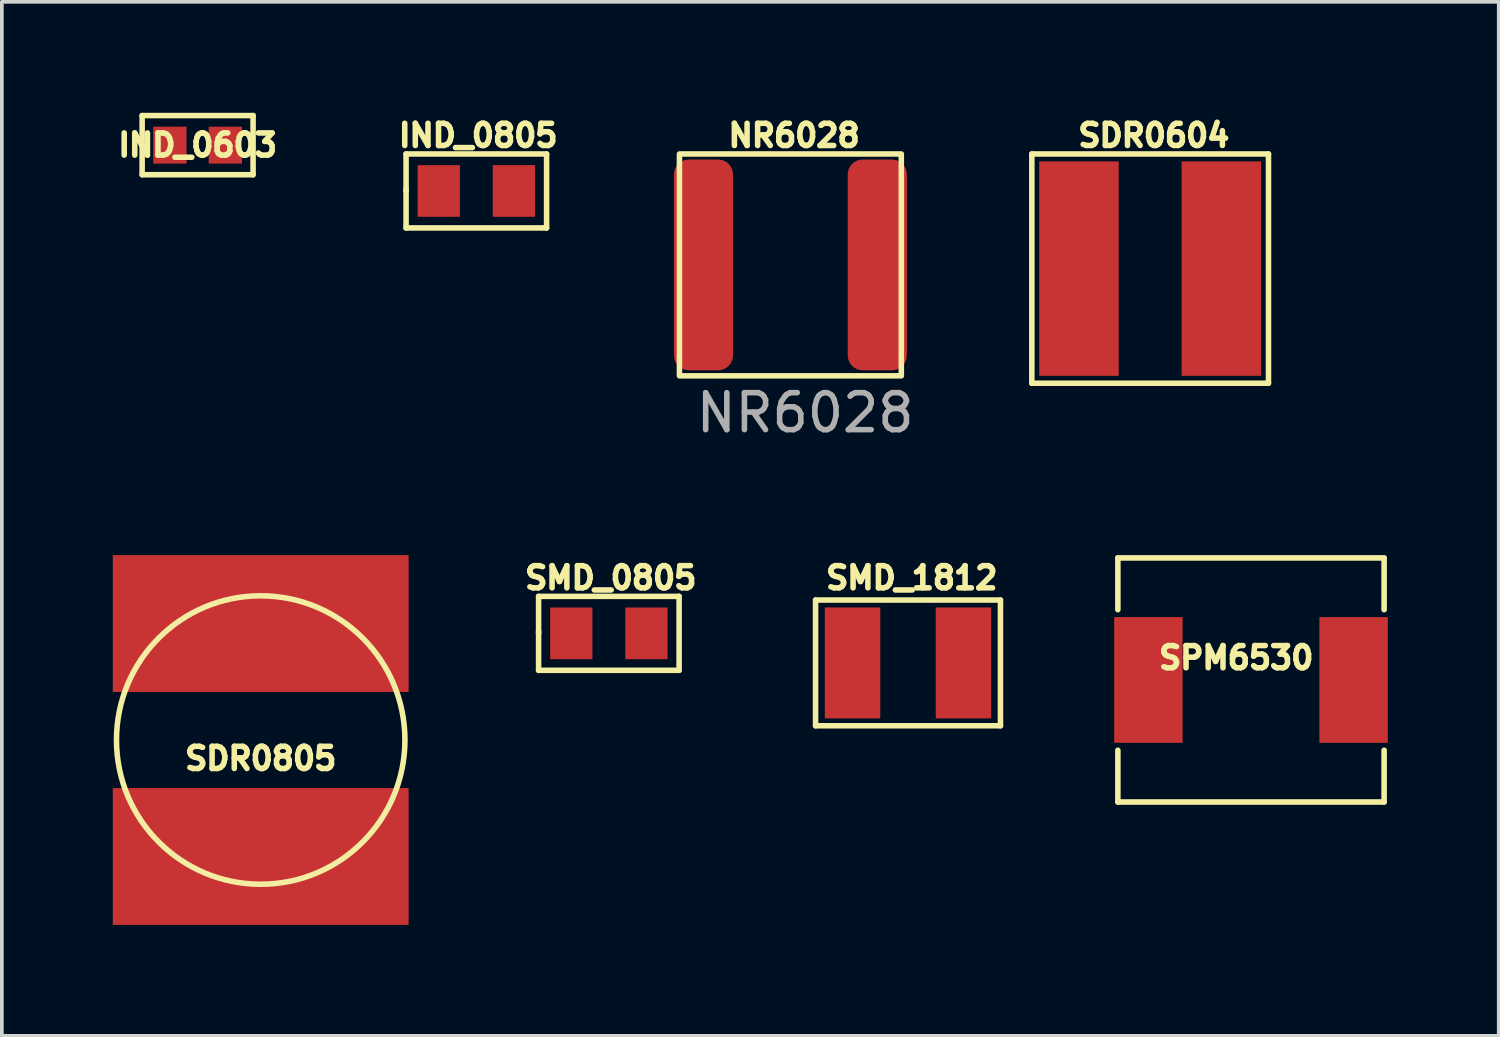
<source format=kicad_pcb>
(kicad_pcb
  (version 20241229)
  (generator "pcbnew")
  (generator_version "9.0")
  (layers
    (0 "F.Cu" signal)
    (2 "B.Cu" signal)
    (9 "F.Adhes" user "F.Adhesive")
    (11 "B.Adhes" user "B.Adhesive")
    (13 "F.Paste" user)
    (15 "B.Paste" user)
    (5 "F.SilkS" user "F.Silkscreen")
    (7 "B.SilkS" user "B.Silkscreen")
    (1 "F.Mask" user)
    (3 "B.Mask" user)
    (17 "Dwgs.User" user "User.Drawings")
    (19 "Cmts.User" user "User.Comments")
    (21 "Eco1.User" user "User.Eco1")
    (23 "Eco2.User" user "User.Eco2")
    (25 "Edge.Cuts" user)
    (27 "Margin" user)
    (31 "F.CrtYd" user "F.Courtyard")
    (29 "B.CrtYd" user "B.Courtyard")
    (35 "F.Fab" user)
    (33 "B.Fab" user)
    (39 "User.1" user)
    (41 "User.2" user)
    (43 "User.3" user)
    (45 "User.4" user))
  (footprint "IND_0603"
    (layer "F.Cu")
    (at 2.294 0.875)
    (property "Reference" "IND_0603" (at 0 0 0) (layer "F.SilkS") (effects (font (size 0.6 0.6) (thickness 0.15))))
    (attr smd)
    (fp_line (start -1.5 -0.8) (end 1.5 -0.8) (stroke (width 0.15) (type solid)) (layer "F.SilkS"))
    (fp_line (start -1.5 0) (end -1.5 -0.8) (stroke (width 0.15) (type solid)) (layer "F.SilkS"))
    (fp_line (start -1.5 0.8) (end -1.5 0) (stroke (width 0.15) (type solid)) (layer "F.SilkS"))
    (fp_line (start 1.5 -0.8) (end 1.5 0.8) (stroke (width 0.15) (type solid)) (layer "F.SilkS"))
    (fp_line (start 1.5 0.8) (end -1.5 0.8) (stroke (width 0.15) (type solid)) (layer "F.SilkS"))
    (pad "1" smd rect (at -0.75 0) (size 0.9 1) (layers "F.Cu" "F.Mask" "F.Paste"))
    (pad "2" smd rect (at 0.75 0) (size 0.9 1) (layers "F.Cu" "F.Mask" "F.Paste")))
  (footprint "IND_0805"
    (layer "F.Cu")
    (at 9.831 2.114)
    (property "Reference" "IND_0805" (at 0.05 -1.5 0) (layer "F.SilkS") (effects (font (size 0.6 0.6) (thickness 0.15))))
    (attr smd)
    (fp_line (start -1.9 -1) (end 1.9 -1) (stroke (width 0.15) (type solid)) (layer "F.SilkS"))
    (fp_line (start -1.9 0) (end -1.9 -1) (stroke (width 0.15) (type solid)) (layer "F.SilkS"))
    (fp_line (start -1.9 1) (end -1.9 -0.05) (stroke (width 0.15) (type solid)) (layer "F.SilkS"))
    (fp_line (start 1.9 -1) (end 1.9 1) (stroke (width 0.15) (type solid)) (layer "F.SilkS"))
    (fp_line (start 1.9 1) (end -1.9 1) (stroke (width 0.15) (type solid)) (layer "F.SilkS"))
    (pad "1" smd rect (at -1.016 0) (size 1.143 1.397) (layers "F.Cu" "F.Mask" "F.Paste"))
    (pad "2" smd rect (at 1.016 0) (size 1.143 1.397) (layers "F.Cu" "F.Mask" "F.Paste")))
  (footprint "NR6028"
    (layer "F.Cu")
    (at 18.324 4.114)
    (property "Reference" "NR6028" (at 0.1 -3.5 0) (unlocked yes) (layer "F.SilkS") (effects (font (size 0.6 0.6) (thickness 0.15))))
    (attr smd)
    (fp_rect (start -3 -3) (end 3 3) (stroke (width 0.15) (type default)) (fill no) (layer "F.SilkS"))
    (fp_text user "${REFERENCE}" (at 0.4 4 0) (unlocked yes) (layer "F.Fab") (effects (font (size 1 1) (thickness 0.15))))
    (pad "1" smd roundrect (at -2.35 0) (size 1.6 5.7) (layers "F.Cu" "F.Mask" "F.Paste") (roundrect_rratio 0.25))
    (pad "2" smd roundrect (at 2.35 0) (size 1.6 5.7) (layers "F.Cu" "F.Mask" "F.Paste") (roundrect_rratio 0.25)))
  (footprint "SMD_0805"
    (layer "F.Cu")
    (at 13.415 14.077)
    (property "Reference" "SMD_0805" (at 0.05 -1.5 0) (layer "F.SilkS") (effects (font (size 0.6 0.6) (thickness 0.15))))
    (attr smd)
    (fp_line (start -1.9 -1) (end 1.9 -1) (stroke (width 0.15) (type solid)) (layer "F.SilkS"))
    (fp_line (start -1.9 0) (end -1.9 -1) (stroke (width 0.15) (type solid)) (layer "F.SilkS"))
    (fp_line (start -1.9 1) (end -1.9 -0.05) (stroke (width 0.15) (type solid)) (layer "F.SilkS"))
    (fp_line (start 1.9 -1) (end 1.9 1) (stroke (width 0.15) (type solid)) (layer "F.SilkS"))
    (fp_line (start 1.9 1) (end -1.9 1) (stroke (width 0.15) (type solid)) (layer "F.SilkS"))
    (pad "1" smd rect (at -1.016 0) (size 1.143 1.397) (layers "F.Cu" "F.Mask" "F.Paste"))
    (pad "2" smd rect (at 1.016 0) (size 1.143 1.397) (layers "F.Cu" "F.Mask" "F.Paste")))
  (footprint "SPM6530"
    (layer "F.Cu")
    (at 30.78 15.338)
    (property "Reference" "SPM6530" (at -0.4 -0.6 180) (layer "F.SilkS") (effects (font (size 0.6 0.6) (thickness 0.15))))
    (attr through_hole)
    (fp_line (start -3.6 -3.3) (end 3.6 -3.3) (stroke (width 0.15) (type solid)) (layer "F.SilkS"))
    (fp_line (start -3.6 -1.9) (end -3.6 -3.3) (stroke (width 0.15) (type solid)) (layer "F.SilkS"))
    (fp_line (start -3.6 1.9) (end -3.6 3.3) (stroke (width 0.15) (type solid)) (layer "F.SilkS"))
    (fp_line (start 3.6 -3.3) (end 3.6 -1.9) (stroke (width 0.15) (type solid)) (layer "F.SilkS"))
    (fp_line (start 3.6 1.9) (end 3.6 3.3) (stroke (width 0.15) (type solid)) (layer "F.SilkS"))
    (fp_line (start 3.6 3.3) (end -3.6 3.3) (stroke (width 0.15) (type solid)) (layer "F.SilkS"))
    (pad "1" smd rect (at -2.775 0) (size 1.85 3.4) (layers "F.Cu" "F.Mask" "F.Paste"))
    (pad "2" smd rect (at 2.775 0) (size 1.85 3.4) (layers "F.Cu" "F.Mask" "F.Paste")))
  (footprint "SDR0604"
    (layer "F.Cu")
    (at 28.053 4.214)
    (property "Reference" "SDR0604" (at 0.1 -3.6 0) (layer "F.SilkS") (effects (font (size 0.599 0.599) (thickness 0.15))))
    (attr through_hole)
    (fp_line (start -3.2 -3.1) (end 3.2 -3.1) (stroke (width 0.15) (type solid)) (layer "F.SilkS"))
    (fp_line (start -3.2 3.1) (end -3.2 -3.1) (stroke (width 0.15) (type solid)) (layer "F.SilkS"))
    (fp_line (start 3.2 -3.1) (end 3.2 3.1) (stroke (width 0.15) (type solid)) (layer "F.SilkS"))
    (fp_line (start 3.2 3.1) (end -3.2 3.1) (stroke (width 0.15) (type solid)) (layer "F.SilkS"))
    (pad "1" smd rect (at -1.925 0) (size 2.149 5.799) (layers "F.Cu" "F.Mask" "F.Paste"))
    (pad "2" smd rect (at 1.925 0) (size 2.149 5.799) (layers "F.Cu" "F.Mask" "F.Paste")))
  (footprint "SDR0805"
    (layer "F.Cu")
    (at 4 16.962)
    (property "Reference" "SDR0805" (at 0 0.5 0) (layer "F.SilkS") (effects (font (size 0.6 0.6) (thickness 0.15))))
    (attr through_hole)
    (fp_circle (center 0 0) (end 3.9 0) (stroke (width 0.15) (type solid)) (fill no) (layer "F.SilkS"))
    (pad "1" smd rect (at 0 -3.15) (size 8 3.7) (layers "F.Cu" "F.Mask" "F.Paste"))
    (pad "2" smd rect (at 0 3.15) (size 8 3.7) (layers "F.Cu" "F.Mask" "F.Paste")))
  (footprint "SMD_1812"
    (layer "F.Cu")
    (at 21.505 14.877)
    (property "Reference" "SMD_1812" (at 0.1 -2.3 0) (layer "F.SilkS") (effects (font (size 0.6 0.6) (thickness 0.15))))
    (attr smd)
    (fp_line (start -2.5 -1.7) (end 2.5 -1.7) (stroke (width 0.15) (type solid)) (layer "F.SilkS"))
    (fp_line (start -2.5 1.7) (end -2.5 -1.7) (stroke (width 0.15) (type solid)) (layer "F.SilkS"))
    (fp_line (start 2.5 -1.7) (end 2.5 1.7) (stroke (width 0.15) (type solid)) (layer "F.SilkS"))
    (fp_line (start 2.5 1.7) (end -2.5 1.7) (stroke (width 0.15) (type solid)) (layer "F.SilkS"))
    (pad "1" smd rect (at -1.5 0) (size 1.5 3) (layers "F.Cu" "F.Mask" "F.Paste"))
    (pad "2" smd rect (at 1.5 0) (size 1.5 3) (layers "F.Cu" "F.Mask" "F.Paste")))
  (gr_rect
    (start -3 -3)
    (end 37.48 24.962)
    (stroke (width 0.1) (type default))
    (fill no)
    (layer "Edge.Cuts")))
</source>
